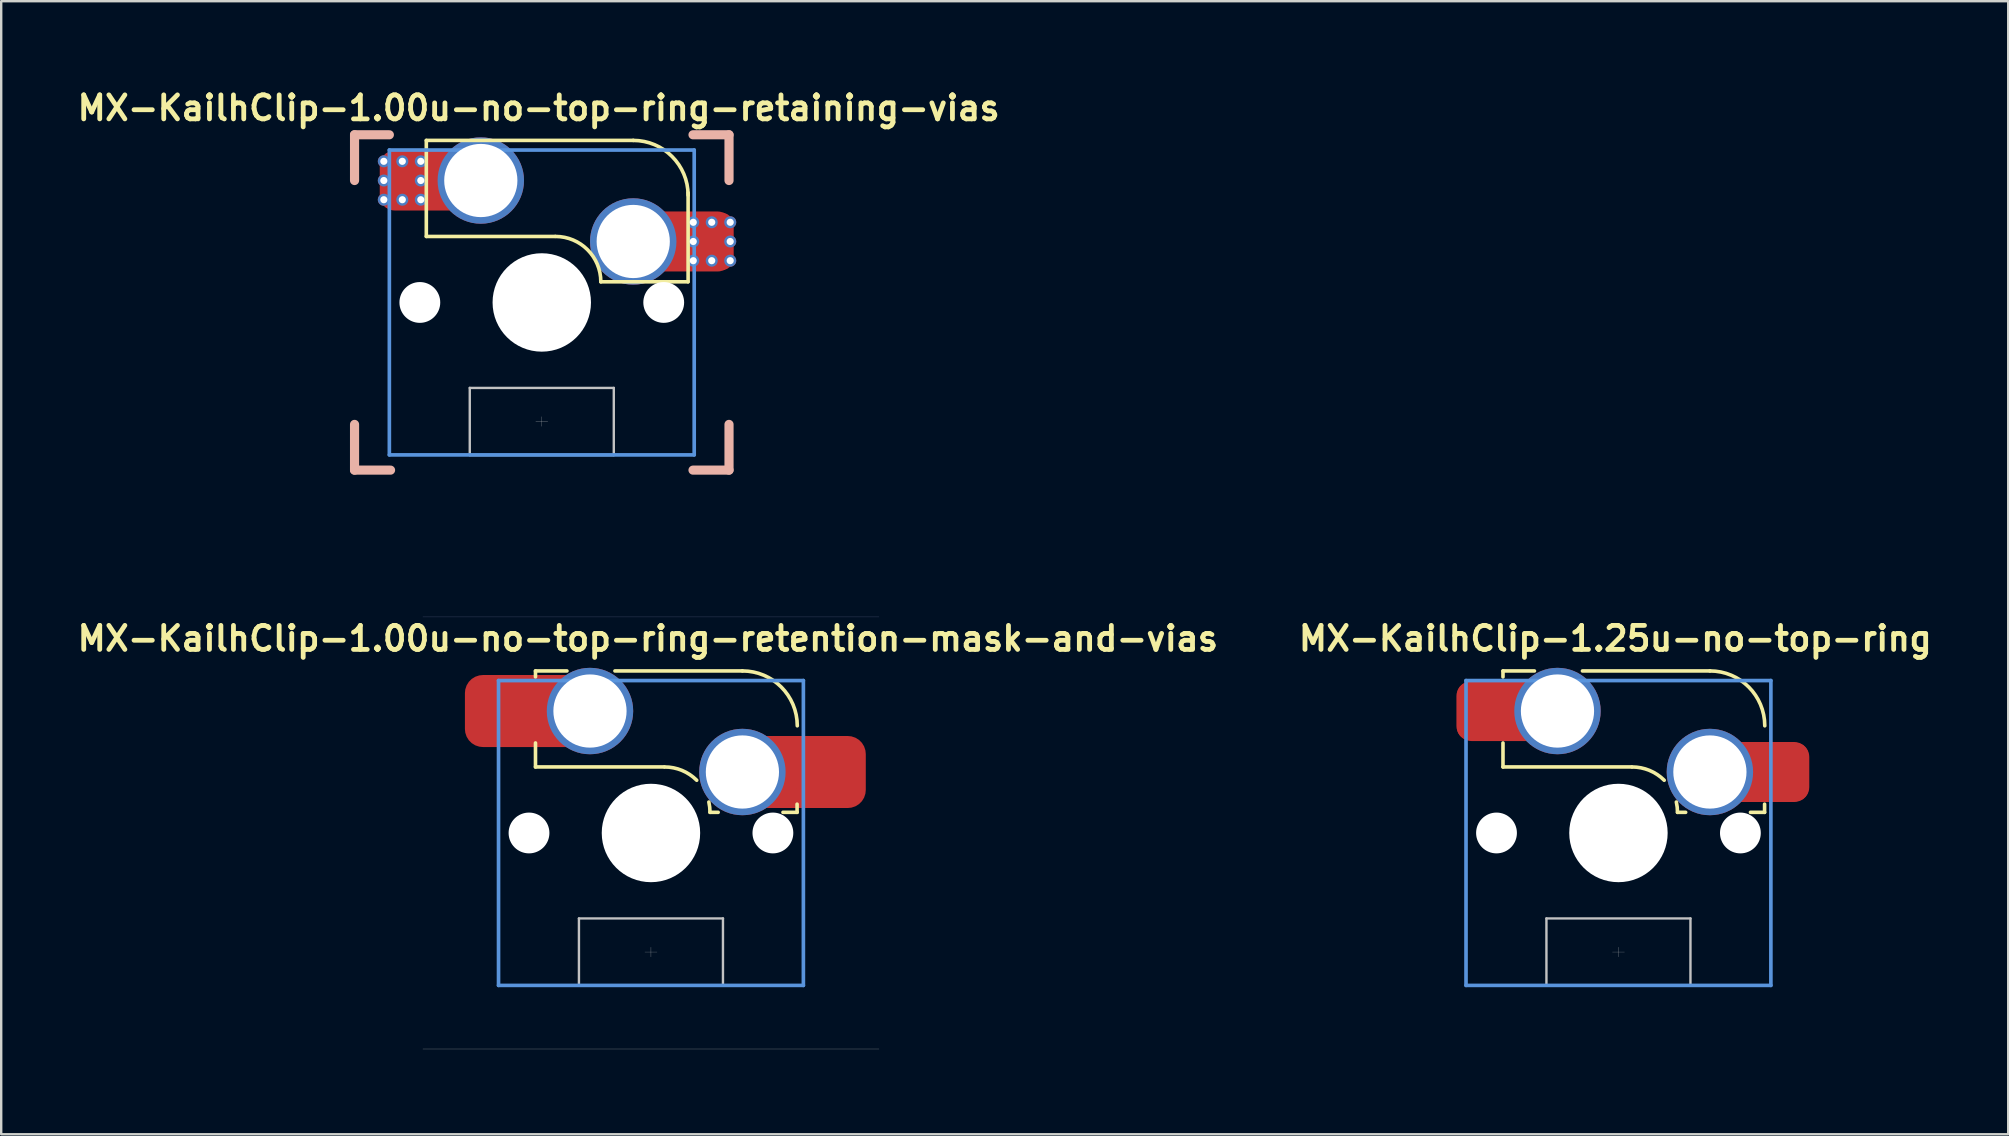
<source format=kicad_pcb>
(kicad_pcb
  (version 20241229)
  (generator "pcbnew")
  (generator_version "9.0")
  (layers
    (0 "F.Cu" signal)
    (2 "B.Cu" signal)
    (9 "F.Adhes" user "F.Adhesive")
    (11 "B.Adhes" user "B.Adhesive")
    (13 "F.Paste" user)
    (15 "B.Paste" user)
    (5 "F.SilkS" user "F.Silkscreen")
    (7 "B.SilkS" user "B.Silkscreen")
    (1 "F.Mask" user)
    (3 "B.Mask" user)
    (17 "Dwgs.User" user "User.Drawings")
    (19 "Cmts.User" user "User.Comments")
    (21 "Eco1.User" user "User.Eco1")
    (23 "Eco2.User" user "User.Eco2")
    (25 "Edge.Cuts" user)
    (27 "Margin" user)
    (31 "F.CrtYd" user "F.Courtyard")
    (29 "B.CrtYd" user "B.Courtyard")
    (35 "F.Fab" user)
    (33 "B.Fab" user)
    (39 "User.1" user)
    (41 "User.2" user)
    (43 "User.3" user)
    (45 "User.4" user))
  (footprint "MX-KailhClip-1.00u-no-top-ring-retention-mask-and-vias"
    (layer "F.Cu")
    (at 24.068 31.651)
    (property "Reference" "MX-KailhClip-1.00u-no-top-ring-retention-mask-and-vias" (at -0.13 -8.1 0) (layer "F.SilkS") (effects (font (size 1 1) (thickness 0.2))))
    (attr smd)
    (fp_line (start -4.81 -6.75) (end -4.81 -6.5) (stroke (width 0.15) (type solid)) (layer "F.SilkS"))
    (fp_line (start -4.81 -6.75) (end -3.5 -6.75) (stroke (width 0.15) (type solid)) (layer "F.SilkS"))
    (fp_line (start -4.81 -3.75) (end -4.81 -2.75) (stroke (width 0.15) (type solid)) (layer "F.SilkS"))
    (fp_line (start -4.81 -2.75) (end 0.55 -2.75) (stroke (width 0.15) (type solid)) (layer "F.SilkS"))
    (fp_line (start -1.5 -6.75) (end 3.81 -6.75) (stroke (width 0.15) (type solid)) (layer "F.SilkS"))
    (fp_line (start 2.8 -0.86) (end 2.46 -0.86) (stroke (width 0.15) (type solid)) (layer "F.SilkS"))
    (fp_line (start 6.088 -1.2) (end 6.088 -0.86) (stroke (width 0.15) (type solid)) (layer "F.SilkS"))
    (fp_line (start 6.088 -0.86) (end 5.5 -0.86) (stroke (width 0.15) (type solid)) (layer "F.SilkS"))
    (fp_arc (start 0.57 -2.75) (mid 1.293272 -2.606132) (end 1.906432 -2.196432) (stroke (width 0.15) (type solid)) (layer "F.SilkS"))
    (fp_arc (start 2.412003 -1.288719) (mid 2.447963 -1.075699) (end 2.46 -0.86) (stroke (width 0.15) (type solid)) (layer "F.SilkS"))
    (fp_arc (start 3.81 -6.751) (mid 5.426446 -6.081446) (end 6.096 -4.465) (stroke (width 0.15) (type solid)) (layer "F.SilkS"))
    (fp_line (start -9.55 0) (end -9.5 -0.1) (stroke (width 0.001) (type solid)) (layer "Dwgs.User"))
    (fp_line (start -9.55 0) (end -9.5 0.1) (stroke (width 0.001) (type solid)) (layer "Dwgs.User"))
    (fp_line (start -9.5 -9.5) (end 9.5 -9.5) (stroke (width 0.001) (type solid)) (layer "Dwgs.User"))
    (fp_line (start -9.5 0) (end -9.55 0) (stroke (width 0.001) (type solid)) (layer "Dwgs.User"))
    (fp_line (start -9.5 9.5) (end -9.5 -9.5) (stroke (width 0.001) (type solid)) (layer "Dwgs.User"))
    (fp_line (start -3 3.56) (end -3 6.36) (stroke (width 0.1) (type solid)) (layer "Dwgs.User"))
    (fp_line (start -3 3.56) (end 3 3.56) (stroke (width 0.1) (type solid)) (layer "Dwgs.User"))
    (fp_line (start -0.25 4.96) (end 0.25 4.96) (stroke (width 0.01) (type solid)) (layer "Dwgs.User"))
    (fp_line (start 0 -9.55) (end -0.1 -9.5) (stroke (width 0.001) (type solid)) (layer "Dwgs.User"))
    (fp_line (start 0 -9.55) (end 0.1 -9.5) (stroke (width 0.001) (type solid)) (layer "Dwgs.User"))
    (fp_line (start 0 -9.5) (end 0 -9.55) (stroke (width 0.001) (type solid)) (layer "Dwgs.User"))
    (fp_line (start 0 5.16) (end 0 4.76) (stroke (width 0.01) (type solid)) (layer "Dwgs.User"))
    (fp_line (start 0 9.5) (end 0 9.55) (stroke (width 0.001) (type solid)) (layer "Dwgs.User"))
    (fp_line (start 0 9.55) (end -0.1 9.5) (stroke (width 0.001) (type solid)) (layer "Dwgs.User"))
    (fp_line (start 0 9.55) (end 0.1 9.5) (stroke (width 0.001) (type solid)) (layer "Dwgs.User"))
    (fp_line (start 3 3.56) (end 3 6.36) (stroke (width 0.1) (type solid)) (layer "Dwgs.User"))
    (fp_line (start 3 6.36) (end -3 6.36) (stroke (width 0.1) (type solid)) (layer "Dwgs.User"))
    (fp_line (start 9.5 -9.5) (end 9.5 9.5) (stroke (width 0.001) (type solid)) (layer "Dwgs.User"))
    (fp_line (start 9.5 0) (end 9.55 0) (stroke (width 0.001) (type solid)) (layer "Dwgs.User"))
    (fp_line (start 9.5 9.5) (end -9.5 9.5) (stroke (width 0.001) (type solid)) (layer "Dwgs.User"))
    (fp_line (start 9.55 0) (end 9.5 -0.1) (stroke (width 0.001) (type solid)) (layer "Dwgs.User"))
    (fp_line (start 9.55 0) (end 9.5 0.1) (stroke (width 0.001) (type solid)) (layer "Dwgs.User"))
    (fp_line (start -6.35 -6.35) (end 6.35 -6.35) (stroke (width 0.152) (type solid)) (layer "Cmts.User"))
    (fp_line (start -6.35 6.35) (end -6.35 -6.35) (stroke (width 0.152) (type solid)) (layer "Cmts.User"))
    (fp_line (start 0 1) (end 0 -1) (stroke (width 0.001) (type solid)) (layer "Cmts.User"))
    (fp_line (start 1 0) (end -1 0) (stroke (width 0.001) (type solid)) (layer "Cmts.User"))
    (fp_line (start 6.35 -6.35) (end 6.35 6.35) (stroke (width 0.152) (type solid)) (layer "Cmts.User"))
    (fp_line (start 6.35 6.35) (end -6.35 6.35) (stroke (width 0.152) (type solid)) (layer "Cmts.User"))
    (fp_line (start -7.8 -6.985) (end 7.8 -6.985) (stroke (width 0.152) (type solid)) (layer "Eco1.User"))
    (fp_line (start -7.8 6.985) (end -7.8 -6.985) (stroke (width 0.152) (type solid)) (layer "Eco1.User"))
    (fp_line (start 7.8 -6.985) (end 7.8 6.985) (stroke (width 0.152) (type solid)) (layer "Eco1.User"))
    (fp_line (start 7.8 6.985) (end -7.8 6.985) (stroke (width 0.152) (type solid)) (layer "Eco1.User"))
    (fp_line (start -7 -7) (end 7 -7) (stroke (width 0.01) (type solid)) (layer "Eco2.User"))
    (fp_line (start -7 7) (end -7 -7) (stroke (width 0.01) (type solid)) (layer "Eco2.User"))
    (fp_line (start 7 -7) (end 7 7) (stroke (width 0.01) (type solid)) (layer "Eco2.User"))
    (fp_line (start 7 7) (end -7 7) (stroke (width 0.01) (type solid)) (layer "Eco2.User"))
    (fp_line (start -9.5 -9) (end 9.5 -9) (stroke (width 0.01) (type solid)) (layer "B.Fab"))
    (fp_line (start -9.5 9) (end 9.5 9) (stroke (width 0.01) (type solid)) (layer "F.Fab"))
    (pad "" np_thru_hole circle (at -5.08 0) (size 1.7 1.7) (drill 1.7) (layers "*.Cu" "*.Mask"))
    (pad "" np_thru_hole circle (at 0 0) (size 4.1 4.1) (drill 4.1) (layers "*.Cu" "*.Mask"))
    (pad "" np_thru_hole circle (at 5.08 0) (size 1.7 1.7) (drill 1.7) (layers "*.Cu" "*.Mask"))
    (pad "1" smd roundrect (at -6.125 -5.08) (size 2.55 2.5) (layers "F.Cu" "F.Mask" "F.Paste") (roundrect_rratio 0.25))
    (pad "1" smd roundrect (at -5 -5.08) (size 5.5 3) (layers "F.Cu") (roundrect_rratio 0.25))
    (pad "1" thru_hole circle (at -2.54 -5.08) (size 3.6 3.6) (drill 3.05) (layers "*.Cu" "F.Mask"))
    (pad "2" thru_hole circle (at 3.81 -2.54) (size 3.6 3.6) (drill 3.05) (layers "*.Cu" "F.Mask"))
    (pad "2" smd roundrect (at 6.2 -2.54) (size 5.5 3) (layers "F.Cu") (roundrect_rratio 0.25))
    (pad "2" smd roundrect (at 7.325 -2.54) (size 2.55 2.5) (layers "F.Cu" "F.Mask" "F.Paste") (roundrect_rratio 0.25)))
  (footprint "MX-KailhClip-1.00u-no-top-ring-retaining-vias"
    (layer "F.Cu")
    (at 19.52 9.55)
    (property "Reference" "MX-KailhClip-1.00u-no-top-ring-retaining-vias" (at -0.13 -8.1 0) (layer "F.SilkS") (effects (font (size 1 1) (thickness 0.2))))
    (attr smd)
    (fp_line (start -4.81 -6.75) (end -4.81 -2.75) (stroke (width 0.15) (type solid)) (layer "F.SilkS"))
    (fp_line (start -4.81 -6.75) (end 3.81 -6.75) (stroke (width 0.15) (type solid)) (layer "F.SilkS"))
    (fp_line (start -4.81 -2.75) (end 0.55 -2.75) (stroke (width 0.15) (type solid)) (layer "F.SilkS"))
    (fp_line (start 6.088 -0.86) (end 2.46 -0.86) (stroke (width 0.15) (type solid)) (layer "F.SilkS"))
    (fp_line (start 6.096 -4.572) (end 6.096 -0.86) (stroke (width 0.15) (type solid)) (layer "F.SilkS"))
    (fp_arc (start 0.57 -2.75) (mid 1.906432 -2.196432) (end 2.46 -0.86) (stroke (width 0.15) (type solid)) (layer "F.SilkS"))
    (fp_arc (start 3.81 -6.751) (mid 5.426446 -6.081446) (end 6.096 -4.465) (stroke (width 0.15) (type solid)) (layer "F.SilkS"))
    (fp_line (start -7.8 -6.985) (end -6.35 -6.985) (stroke (width 0.381) (type solid)) (layer "B.SilkS"))
    (fp_line (start -7.8 -5.08) (end -7.8 -6.985) (stroke (width 0.381) (type solid)) (layer "B.SilkS"))
    (fp_line (start -7.8 6.985) (end -7.8 5.08) (stroke (width 0.381) (type solid)) (layer "B.SilkS"))
    (fp_line (start -6.3 6.985) (end -7.8 6.985) (stroke (width 0.381) (type solid)) (layer "B.SilkS"))
    (fp_line (start 6.3 -6.985) (end 7.8 -6.985) (stroke (width 0.381) (type solid)) (layer "B.SilkS"))
    (fp_line (start 7.8 -6.985) (end 7.8 -5.08) (stroke (width 0.381) (type solid)) (layer "B.SilkS"))
    (fp_line (start 7.8 5.08) (end 7.8 6.985) (stroke (width 0.381) (type solid)) (layer "B.SilkS"))
    (fp_line (start 7.8 6.985) (end 6.3 6.985) (stroke (width 0.381) (type solid)) (layer "B.SilkS"))
    (fp_line (start -9.55 0) (end -9.5 -0.1) (stroke (width 0.001) (type solid)) (layer "Dwgs.User"))
    (fp_line (start -9.55 0) (end -9.5 0.1) (stroke (width 0.001) (type solid)) (layer "Dwgs.User"))
    (fp_line (start -9.5 -9.5) (end 9.5 -9.5) (stroke (width 0.001) (type solid)) (layer "Dwgs.User"))
    (fp_line (start -9.5 0) (end -9.55 0) (stroke (width 0.001) (type solid)) (layer "Dwgs.User"))
    (fp_line (start -9.5 9.5) (end -9.5 -9.5) (stroke (width 0.001) (type solid)) (layer "Dwgs.User"))
    (fp_line (start -3 3.56) (end -3 6.36) (stroke (width 0.1) (type solid)) (layer "Dwgs.User"))
    (fp_line (start -3 3.56) (end 3 3.56) (stroke (width 0.1) (type solid)) (layer "Dwgs.User"))
    (fp_line (start -0.25 4.96) (end 0.25 4.96) (stroke (width 0.01) (type solid)) (layer "Dwgs.User"))
    (fp_line (start 0 -9.55) (end -0.1 -9.5) (stroke (width 0.001) (type solid)) (layer "Dwgs.User"))
    (fp_line (start 0 -9.55) (end 0.1 -9.5) (stroke (width 0.001) (type solid)) (layer "Dwgs.User"))
    (fp_line (start 0 -9.5) (end 0 -9.55) (stroke (width 0.001) (type solid)) (layer "Dwgs.User"))
    (fp_line (start 0 5.16) (end 0 4.76) (stroke (width 0.01) (type solid)) (layer "Dwgs.User"))
    (fp_line (start 0 9.5) (end 0 9.55) (stroke (width 0.001) (type solid)) (layer "Dwgs.User"))
    (fp_line (start 0 9.55) (end -0.1 9.5) (stroke (width 0.001) (type solid)) (layer "Dwgs.User"))
    (fp_line (start 0 9.55) (end 0.1 9.5) (stroke (width 0.001) (type solid)) (layer "Dwgs.User"))
    (fp_line (start 3 3.56) (end 3 6.36) (stroke (width 0.1) (type solid)) (layer "Dwgs.User"))
    (fp_line (start 3 6.36) (end -3 6.36) (stroke (width 0.1) (type solid)) (layer "Dwgs.User"))
    (fp_line (start 9.5 -9.5) (end 9.5 9.5) (stroke (width 0.001) (type solid)) (layer "Dwgs.User"))
    (fp_line (start 9.5 0) (end 9.55 0) (stroke (width 0.001) (type solid)) (layer "Dwgs.User"))
    (fp_line (start 9.5 9.5) (end -9.5 9.5) (stroke (width 0.001) (type solid)) (layer "Dwgs.User"))
    (fp_line (start 9.55 0) (end 9.5 -0.1) (stroke (width 0.001) (type solid)) (layer "Dwgs.User"))
    (fp_line (start 9.55 0) (end 9.5 0.1) (stroke (width 0.001) (type solid)) (layer "Dwgs.User"))
    (fp_line (start -6.35 -6.35) (end 6.35 -6.35) (stroke (width 0.152) (type solid)) (layer "Cmts.User"))
    (fp_line (start -6.35 6.35) (end -6.35 -6.35) (stroke (width 0.152) (type solid)) (layer "Cmts.User"))
    (fp_line (start 0 1) (end 0 -1) (stroke (width 0.001) (type solid)) (layer "Cmts.User"))
    (fp_line (start 1 0) (end -1 0) (stroke (width 0.001) (type solid)) (layer "Cmts.User"))
    (fp_line (start 6.35 -6.35) (end 6.35 6.35) (stroke (width 0.152) (type solid)) (layer "Cmts.User"))
    (fp_line (start 6.35 6.35) (end -6.35 6.35) (stroke (width 0.152) (type solid)) (layer "Cmts.User"))
    (fp_line (start -7.8 -6.985) (end 7.8 -6.985) (stroke (width 0.152) (type solid)) (layer "Eco1.User"))
    (fp_line (start -7.8 6.985) (end -7.8 -6.985) (stroke (width 0.152) (type solid)) (layer "Eco1.User"))
    (fp_line (start 7.8 -6.985) (end 7.8 6.985) (stroke (width 0.152) (type solid)) (layer "Eco1.User"))
    (fp_line (start 7.8 6.985) (end -7.8 6.985) (stroke (width 0.152) (type solid)) (layer "Eco1.User"))
    (fp_line (start -7 -7) (end 7 -7) (stroke (width 0.01) (type solid)) (layer "Eco2.User"))
    (fp_line (start -7 7) (end -7 -7) (stroke (width 0.01) (type solid)) (layer "Eco2.User"))
    (fp_line (start 7 -7) (end 7 7) (stroke (width 0.01) (type solid)) (layer "Eco2.User"))
    (fp_line (start 7 7) (end -7 7) (stroke (width 0.01) (type solid)) (layer "Eco2.User"))
    (pad "" np_thru_hole circle (at -5.08 0) (size 1.7 1.7) (drill 1.7) (layers "*.Cu" "*.Mask"))
    (pad "" np_thru_hole circle (at 0 0) (size 4.1 4.1) (drill 4.1) (layers "*.Cu" "*.Mask"))
    (pad "" np_thru_hole circle (at 5.08 0) (size 1.7 1.7) (drill 1.7) (layers "*.Cu" "*.Mask"))
    (pad "1" thru_hole circle (at -6.58 -5.88) (size 0.5 0.5) (drill 0.3) (layers "*.Cu" "*.Mask"))
    (pad "1" thru_hole circle (at -6.58 -5.08) (size 0.5 0.5) (drill 0.3) (layers "*.Cu" "*.Mask"))
    (pad "1" thru_hole circle (at -6.58 -4.28) (size 0.5 0.5) (drill 0.3) (layers "*.Cu" "*.Mask"))
    (pad "1" thru_hole circle (at -5.81 -5.88) (size 0.5 0.5) (drill 0.3) (layers "*.Cu" "*.Mask"))
    (pad "1" thru_hole circle (at -5.81 -4.28) (size 0.5 0.5) (drill 0.3) (layers "*.Cu" "*.Mask"))
    (pad "1" smd roundrect (at -5.7 -5.075) (size 2.05 2.4) (layers "F.Cu" "F.Mask" "F.Paste") (roundrect_rratio 0.25))
    (pad "1" thru_hole circle (at -5.04 -5.88) (size 0.5 0.5) (drill 0.3) (layers "*.Cu" "*.Mask"))
    (pad "1" thru_hole circle (at -5.04 -5.08) (size 0.5 0.5) (drill 0.3) (layers "*.Cu" "*.Mask"))
    (pad "1" thru_hole circle (at -5.04 -4.28) (size 0.5 0.5) (drill 0.3) (layers "*.Cu" "*.Mask"))
    (pad "1" smd roundrect (at -5 -5.08) (size 3.5 2.5) (layers "F.Cu") (roundrect_rratio 0.25))
    (pad "1" thru_hole circle (at -2.54 -5.08) (size 3.6 3.6) (drill 3.05) (layers "*.Cu" "F.Mask"))
    (pad "2" thru_hole circle (at 3.81 -2.54) (size 3.6 3.6) (drill 3.05) (layers "*.Cu" "F.Mask"))
    (pad "2" smd roundrect (at 6.2 -2.54) (size 3.5 2.5) (layers "F.Cu") (roundrect_rratio 0.25))
    (pad "2" thru_hole circle (at 6.31 -3.34) (size 0.5 0.5) (drill 0.3) (layers "*.Cu" "*.Mask"))
    (pad "2" thru_hole circle (at 6.31 -2.54) (size 0.5 0.5) (drill 0.3) (layers "*.Cu" "*.Mask"))
    (pad "2" thru_hole circle (at 6.31 -1.74) (size 0.5 0.5) (drill 0.3) (layers "*.Cu" "*.Mask"))
    (pad "2" smd roundrect (at 6.97 -2.54) (size 2.05 2.4) (layers "F.Cu" "F.Mask" "F.Paste") (roundrect_rratio 0.25))
    (pad "2" thru_hole circle (at 7.08 -3.34) (size 0.5 0.5) (drill 0.3) (layers "*.Cu" "*.Mask"))
    (pad "2" thru_hole circle (at 7.08 -1.74) (size 0.5 0.5) (drill 0.3) (layers "*.Cu" "*.Mask"))
    (pad "2" thru_hole circle (at 7.85 -3.34) (size 0.5 0.5) (drill 0.3) (layers "*.Cu" "*.Mask"))
    (pad "2" thru_hole circle (at 7.85 -2.54) (size 0.5 0.5) (drill 0.3) (layers "*.Cu" "*.Mask"))
    (pad "2" thru_hole circle (at 7.85 -1.74) (size 0.5 0.5) (drill 0.3) (layers "*.Cu" "*.Mask")))
  (footprint "MX-KailhClip-1.25u-no-top-ring"
    (layer "F.Cu")
    (at 64.373 31.651)
    (property "Reference" "MX-KailhClip-1.25u-no-top-ring" (at -0.13 -8.1 0) (layer "F.SilkS") (effects (font (size 1 1) (thickness 0.2))))
    (attr smd)
    (fp_line (start -4.81 -6.75) (end -4.81 -6.5) (stroke (width 0.15) (type solid)) (layer "F.SilkS"))
    (fp_line (start -4.81 -6.75) (end -3.5 -6.75) (stroke (width 0.15) (type solid)) (layer "F.SilkS"))
    (fp_line (start -4.81 -3.75) (end -4.81 -2.75) (stroke (width 0.15) (type solid)) (layer "F.SilkS"))
    (fp_line (start -4.81 -2.75) (end 0.55 -2.75) (stroke (width 0.15) (type solid)) (layer "F.SilkS"))
    (fp_line (start -1.5 -6.75) (end 3.81 -6.75) (stroke (width 0.15) (type solid)) (layer "F.SilkS"))
    (fp_line (start 2.8 -0.86) (end 2.46 -0.86) (stroke (width 0.15) (type solid)) (layer "F.SilkS"))
    (fp_line (start 6.088 -1.2) (end 6.088 -0.86) (stroke (width 0.15) (type solid)) (layer "F.SilkS"))
    (fp_line (start 6.088 -0.86) (end 5.5 -0.86) (stroke (width 0.15) (type solid)) (layer "F.SilkS"))
    (fp_arc (start 0.57 -2.75) (mid 1.293272 -2.606132) (end 1.906432 -2.196432) (stroke (width 0.15) (type solid)) (layer "F.SilkS"))
    (fp_arc (start 2.412003 -1.288719) (mid 2.447963 -1.075699) (end 2.46 -0.86) (stroke (width 0.15) (type solid)) (layer "F.SilkS"))
    (fp_arc (start 3.81 -6.751) (mid 5.426446 -6.081446) (end 6.096 -4.465) (stroke (width 0.15) (type solid)) (layer "F.SilkS"))
    (fp_line (start -9.55 0) (end -9.5 -0.1) (stroke (width 0.001) (type solid)) (layer "Dwgs.User"))
    (fp_line (start -9.55 0) (end -9.5 0.1) (stroke (width 0.001) (type solid)) (layer "Dwgs.User"))
    (fp_line (start -9.5 -9.5) (end 9.5 -9.5) (stroke (width 0.001) (type solid)) (layer "Dwgs.User"))
    (fp_line (start -9.5 0) (end -9.55 0) (stroke (width 0.001) (type solid)) (layer "Dwgs.User"))
    (fp_line (start -9.5 9.5) (end -9.5 -9.5) (stroke (width 0.001) (type solid)) (layer "Dwgs.User"))
    (fp_line (start -3 3.56) (end -3 6.36) (stroke (width 0.1) (type solid)) (layer "Dwgs.User"))
    (fp_line (start -3 3.56) (end 3 3.56) (stroke (width 0.1) (type solid)) (layer "Dwgs.User"))
    (fp_line (start -0.25 4.96) (end 0.25 4.96) (stroke (width 0.01) (type solid)) (layer "Dwgs.User"))
    (fp_line (start 0 -9.55) (end -0.1 -9.5) (stroke (width 0.001) (type solid)) (layer "Dwgs.User"))
    (fp_line (start 0 -9.55) (end 0.1 -9.5) (stroke (width 0.001) (type solid)) (layer "Dwgs.User"))
    (fp_line (start 0 -9.5) (end 0 -9.55) (stroke (width 0.001) (type solid)) (layer "Dwgs.User"))
    (fp_line (start 0 5.16) (end 0 4.76) (stroke (width 0.01) (type solid)) (layer "Dwgs.User"))
    (fp_line (start 0 9.5) (end 0 9.55) (stroke (width 0.001) (type solid)) (layer "Dwgs.User"))
    (fp_line (start 0 9.55) (end -0.1 9.5) (stroke (width 0.001) (type solid)) (layer "Dwgs.User"))
    (fp_line (start 0 9.55) (end 0.1 9.5) (stroke (width 0.001) (type solid)) (layer "Dwgs.User"))
    (fp_line (start 3 3.56) (end 3 6.36) (stroke (width 0.1) (type solid)) (layer "Dwgs.User"))
    (fp_line (start 3 6.36) (end -3 6.36) (stroke (width 0.1) (type solid)) (layer "Dwgs.User"))
    (fp_line (start 9.5 -9.5) (end 9.5 9.5) (stroke (width 0.001) (type solid)) (layer "Dwgs.User"))
    (fp_line (start 9.5 0) (end 9.55 0) (stroke (width 0.001) (type solid)) (layer "Dwgs.User"))
    (fp_line (start 9.5 9.5) (end -9.5 9.5) (stroke (width 0.001) (type solid)) (layer "Dwgs.User"))
    (fp_line (start 9.55 0) (end 9.5 -0.1) (stroke (width 0.001) (type solid)) (layer "Dwgs.User"))
    (fp_line (start 9.55 0) (end 9.5 0.1) (stroke (width 0.001) (type solid)) (layer "Dwgs.User"))
    (fp_line (start -6.35 -6.35) (end 6.35 -6.35) (stroke (width 0.152) (type solid)) (layer "Cmts.User"))
    (fp_line (start -6.35 6.35) (end -6.35 -6.35) (stroke (width 0.152) (type solid)) (layer "Cmts.User"))
    (fp_line (start 0 1) (end 0 -1) (stroke (width 0.001) (type solid)) (layer "Cmts.User"))
    (fp_line (start 1 0) (end -1 0) (stroke (width 0.001) (type solid)) (layer "Cmts.User"))
    (fp_line (start 6.35 -6.35) (end 6.35 6.35) (stroke (width 0.152) (type solid)) (layer "Cmts.User"))
    (fp_line (start 6.35 6.35) (end -6.35 6.35) (stroke (width 0.152) (type solid)) (layer "Cmts.User"))
    (fp_line (start -7.8 -6.985) (end 7.8 -6.985) (stroke (width 0.152) (type solid)) (layer "Eco1.User"))
    (fp_line (start -7.8 6.985) (end -7.8 -6.985) (stroke (width 0.152) (type solid)) (layer "Eco1.User"))
    (fp_line (start 7.8 -6.985) (end 7.8 6.985) (stroke (width 0.152) (type solid)) (layer "Eco1.User"))
    (fp_line (start 7.8 6.985) (end -7.8 6.985) (stroke (width 0.152) (type solid)) (layer "Eco1.User"))
    (fp_line (start -7 -7) (end 7 -7) (stroke (width 0.01) (type solid)) (layer "Eco2.User"))
    (fp_line (start -7 7) (end -7 -7) (stroke (width 0.01) (type solid)) (layer "Eco2.User"))
    (fp_line (start 7 -7) (end 7 7) (stroke (width 0.01) (type solid)) (layer "Eco2.User"))
    (fp_line (start 7 7) (end -7 7) (stroke (width 0.01) (type solid)) (layer "Eco2.User"))
    (pad "" np_thru_hole circle (at -5.08 0) (size 1.7 1.7) (drill 1.7) (layers "*.Cu" "*.Mask"))
    (pad "" np_thru_hole circle (at 0 0) (size 4.1 4.1) (drill 4.1) (layers "*.Cu" "*.Mask"))
    (pad "" np_thru_hole circle (at 5.08 0) (size 1.7 1.7) (drill 1.7) (layers "*.Cu" "*.Mask"))
    (pad "1" smd roundrect (at -5.7 -5.075) (size 2.05 2.4) (layers "F.Cu" "F.Mask" "F.Paste") (roundrect_rratio 0.25))
    (pad "1" smd roundrect (at -5 -5.08) (size 3.5 2.5) (layers "F.Cu") (roundrect_rratio 0.25))
    (pad "1" thru_hole circle (at -2.54 -5.08) (size 3.6 3.6) (drill 3.05) (layers "*.Cu" "F.Mask"))
    (pad "2" thru_hole circle (at 3.81 -2.54) (size 3.6 3.6) (drill 3.05) (layers "*.Cu" "F.Mask"))
    (pad "2" smd roundrect (at 6.2 -2.54) (size 3.5 2.5) (layers "F.Cu") (roundrect_rratio 0.25))
    (pad "2" smd roundrect (at 6.9 -2.54) (size 2.05 2.4) (layers "F.Cu" "F.Mask" "F.Paste") (roundrect_rratio 0.25)))
  (gr_rect
    (start -3 -3)
    (end 80.61 44.202)
    (stroke (width 0.1) (type default))
    (fill no)
    (layer "Edge.Cuts")))
</source>
